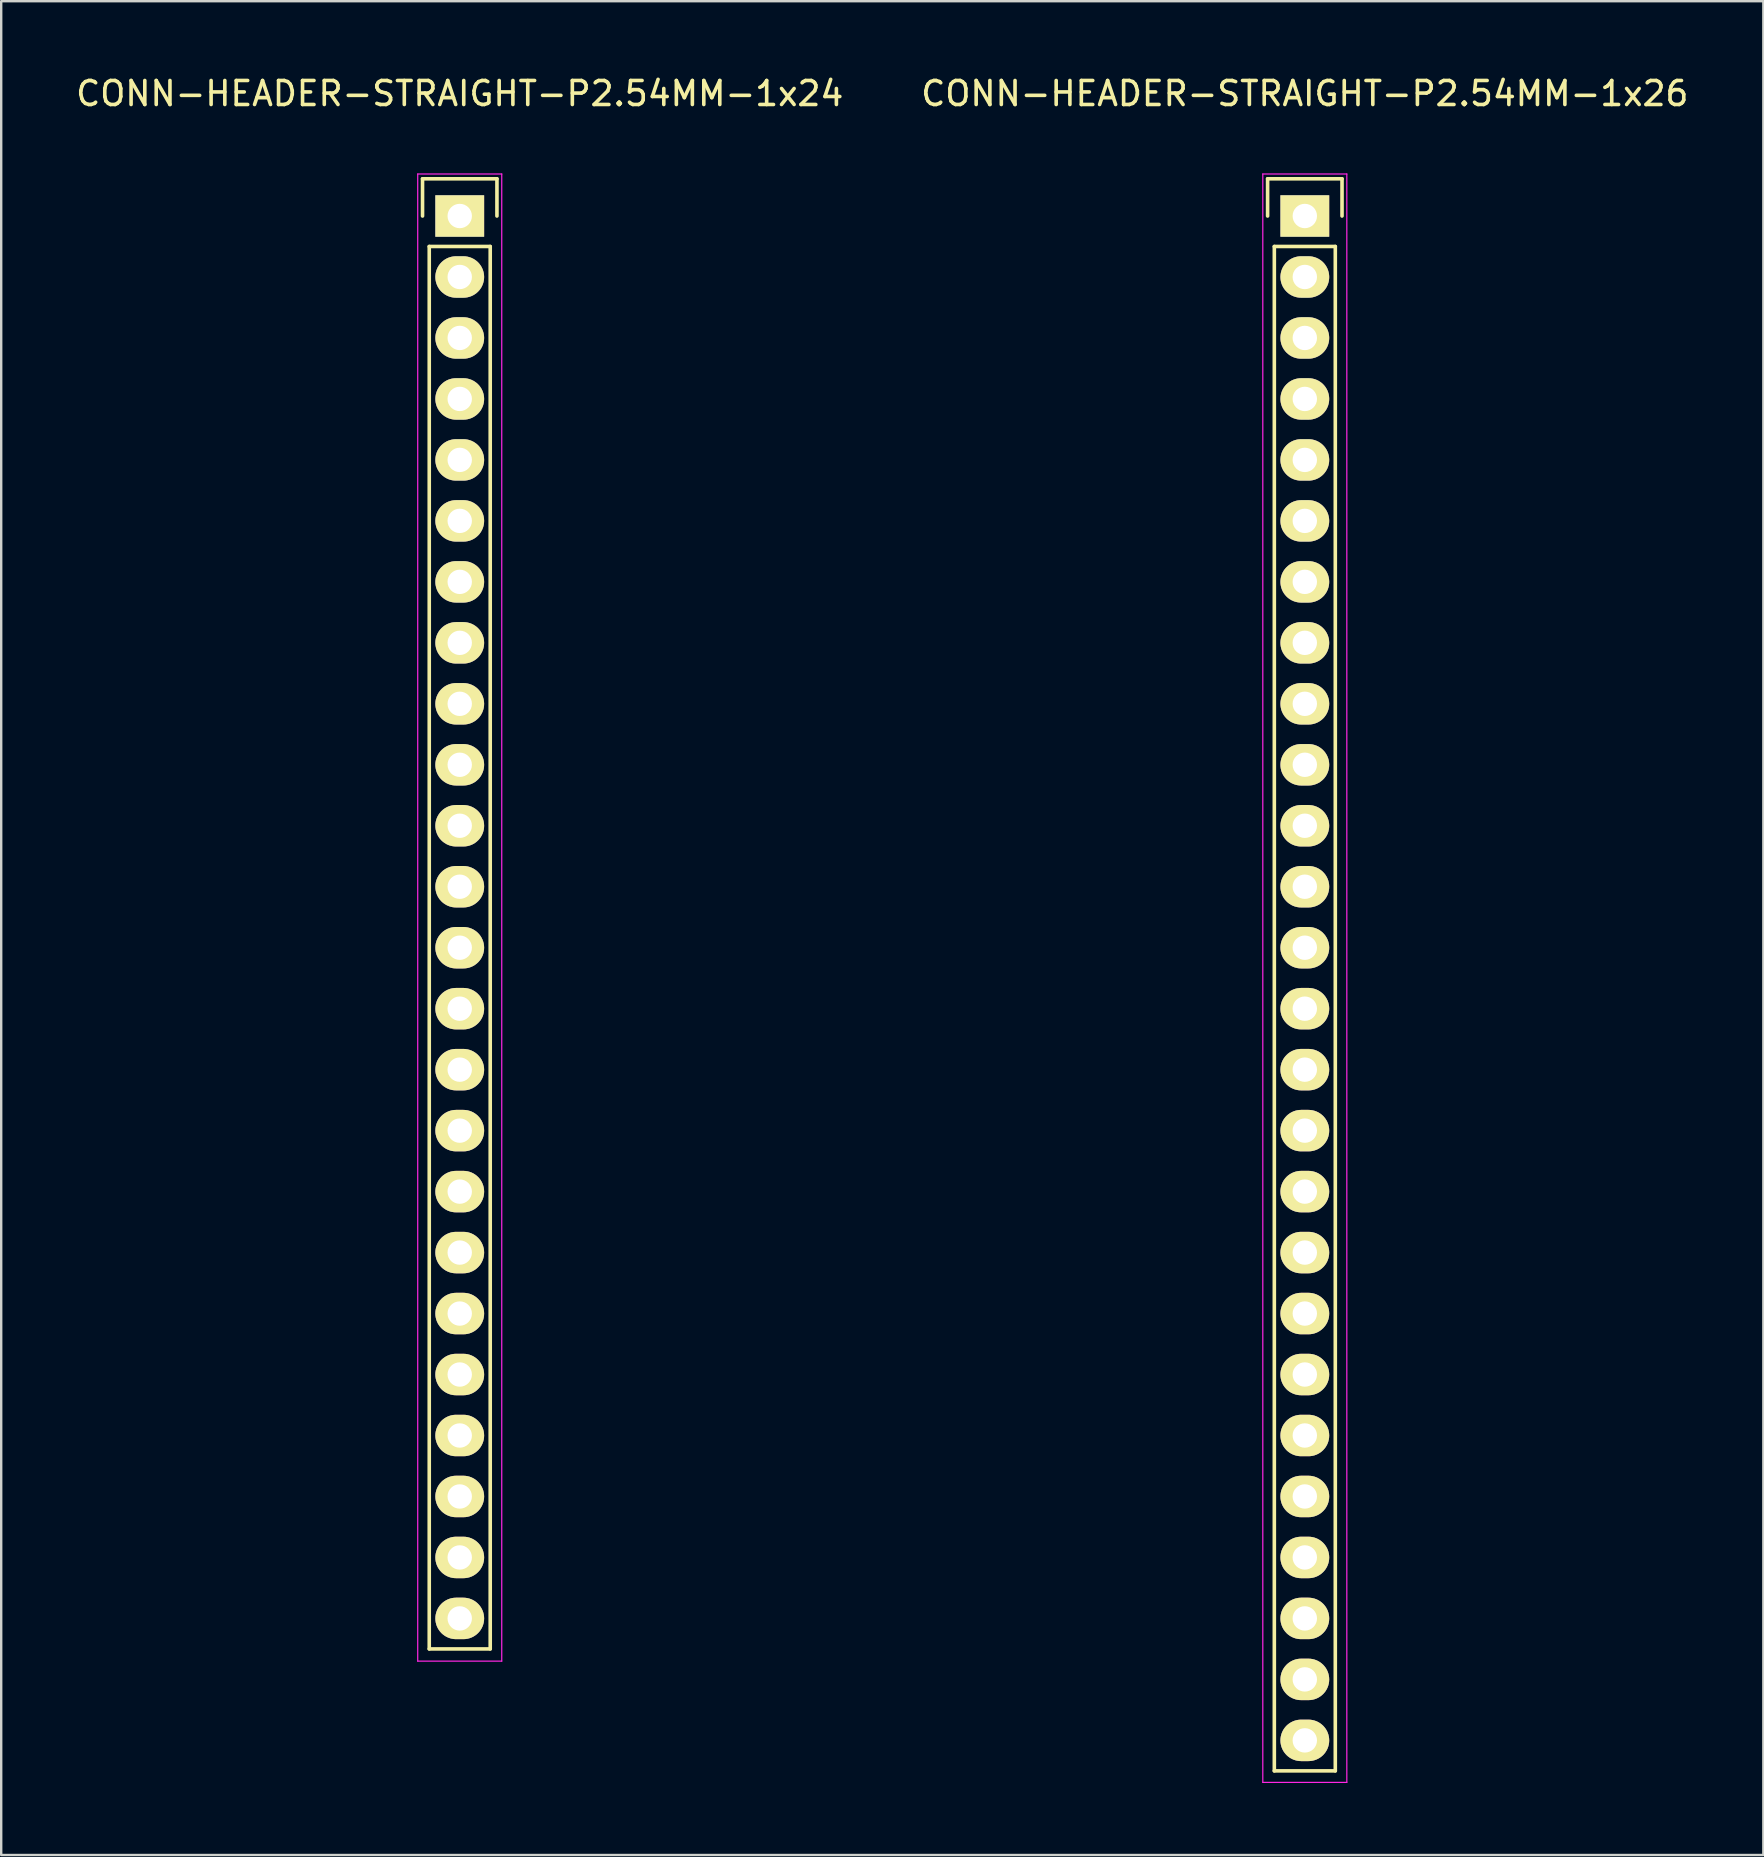
<source format=kicad_pcb>
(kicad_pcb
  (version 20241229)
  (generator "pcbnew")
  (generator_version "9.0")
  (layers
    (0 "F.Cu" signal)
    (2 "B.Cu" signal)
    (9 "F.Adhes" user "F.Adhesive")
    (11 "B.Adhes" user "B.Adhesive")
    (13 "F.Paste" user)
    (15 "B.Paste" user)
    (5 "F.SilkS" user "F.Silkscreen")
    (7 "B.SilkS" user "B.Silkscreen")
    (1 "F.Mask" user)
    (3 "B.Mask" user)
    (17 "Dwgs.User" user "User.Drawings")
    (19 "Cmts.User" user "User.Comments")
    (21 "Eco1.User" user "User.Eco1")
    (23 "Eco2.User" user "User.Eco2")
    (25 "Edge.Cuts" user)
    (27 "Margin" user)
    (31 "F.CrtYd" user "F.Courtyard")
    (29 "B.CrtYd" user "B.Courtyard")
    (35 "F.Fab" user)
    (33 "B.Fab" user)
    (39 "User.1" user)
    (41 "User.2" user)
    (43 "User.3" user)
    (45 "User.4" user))
  (footprint "CONN-HEADER-STRAIGHT-P2.54MM-1x24"
    (layer "F.Cu")
    (at 16.101 5.948)
    (property "Reference" "CONN-HEADER-STRAIGHT-P2.54MM-1x24" (at 0 -5.1 0) (layer "F.SilkS") (effects (font (size 1 1) (thickness 0.15))))
    (attr through_hole)
    (fp_line (start -1.55 -1.55) (end 1.55 -1.55) (stroke (width 0.15) (type solid)) (layer "F.SilkS"))
    (fp_line (start -1.55 0) (end -1.55 -1.55) (stroke (width 0.15) (type solid)) (layer "F.SilkS"))
    (fp_line (start -1.27 1.27) (end -1.27 59.69) (stroke (width 0.15) (type solid)) (layer "F.SilkS"))
    (fp_line (start -1.27 59.69) (end 1.27 59.69) (stroke (width 0.15) (type solid)) (layer "F.SilkS"))
    (fp_line (start 1.27 1.27) (end -1.27 1.27) (stroke (width 0.15) (type solid)) (layer "F.SilkS"))
    (fp_line (start 1.27 1.27) (end 1.27 59.69) (stroke (width 0.15) (type solid)) (layer "F.SilkS"))
    (fp_line (start 1.55 -1.55) (end 1.55 0) (stroke (width 0.15) (type solid)) (layer "F.SilkS"))
    (fp_line (start -1.75 -1.75) (end -1.75 60.2) (stroke (width 0.05) (type solid)) (layer "F.CrtYd"))
    (fp_line (start -1.75 -1.75) (end 1.75 -1.75) (stroke (width 0.05) (type solid)) (layer "F.CrtYd"))
    (fp_line (start -1.75 60.2) (end 1.75 60.2) (stroke (width 0.05) (type solid)) (layer "F.CrtYd"))
    (fp_line (start 1.75 -1.75) (end 1.75 60.2) (stroke (width 0.05) (type solid)) (layer "F.CrtYd"))
    (pad "1" thru_hole rect (at 0 0) (size 2.032 1.727) (drill 1.016) (layers "*.Cu" "*.Mask" "F.SilkS"))
    (pad "2" thru_hole oval (at 0 2.54) (size 2.032 1.727) (drill 1.016) (layers "*.Cu" "*.Mask" "F.SilkS"))
    (pad "3" thru_hole oval (at 0 5.08) (size 2.032 1.727) (drill 1.016) (layers "*.Cu" "*.Mask" "F.SilkS"))
    (pad "4" thru_hole oval (at 0 7.62) (size 2.032 1.727) (drill 1.016) (layers "*.Cu" "*.Mask" "F.SilkS"))
    (pad "5" thru_hole oval (at 0 10.16) (size 2.032 1.727) (drill 1.016) (layers "*.Cu" "*.Mask" "F.SilkS"))
    (pad "6" thru_hole oval (at 0 12.7) (size 2.032 1.727) (drill 1.016) (layers "*.Cu" "*.Mask" "F.SilkS"))
    (pad "7" thru_hole oval (at 0 15.24) (size 2.032 1.727) (drill 1.016) (layers "*.Cu" "*.Mask" "F.SilkS"))
    (pad "8" thru_hole oval (at 0 17.78) (size 2.032 1.727) (drill 1.016) (layers "*.Cu" "*.Mask" "F.SilkS"))
    (pad "9" thru_hole oval (at 0 20.32) (size 2.032 1.727) (drill 1.016) (layers "*.Cu" "*.Mask" "F.SilkS"))
    (pad "10" thru_hole oval (at 0 22.86) (size 2.032 1.727) (drill 1.016) (layers "*.Cu" "*.Mask" "F.SilkS"))
    (pad "11" thru_hole oval (at 0 25.4) (size 2.032 1.727) (drill 1.016) (layers "*.Cu" "*.Mask" "F.SilkS"))
    (pad "12" thru_hole oval (at 0 27.94) (size 2.032 1.727) (drill 1.016) (layers "*.Cu" "*.Mask" "F.SilkS"))
    (pad "13" thru_hole oval (at 0 30.48) (size 2.032 1.727) (drill 1.016) (layers "*.Cu" "*.Mask" "F.SilkS"))
    (pad "14" thru_hole oval (at 0 33.02) (size 2.032 1.727) (drill 1.016) (layers "*.Cu" "*.Mask" "F.SilkS"))
    (pad "15" thru_hole oval (at 0 35.56) (size 2.032 1.727) (drill 1.016) (layers "*.Cu" "*.Mask" "F.SilkS"))
    (pad "16" thru_hole oval (at 0 38.1) (size 2.032 1.727) (drill 1.016) (layers "*.Cu" "*.Mask" "F.SilkS"))
    (pad "17" thru_hole oval (at 0 40.64) (size 2.032 1.727) (drill 1.016) (layers "*.Cu" "*.Mask" "F.SilkS"))
    (pad "18" thru_hole oval (at 0 43.18) (size 2.032 1.727) (drill 1.016) (layers "*.Cu" "*.Mask" "F.SilkS"))
    (pad "19" thru_hole oval (at 0 45.72) (size 2.032 1.727) (drill 1.016) (layers "*.Cu" "*.Mask" "F.SilkS"))
    (pad "20" thru_hole oval (at 0 48.26) (size 2.032 1.727) (drill 1.016) (layers "*.Cu" "*.Mask" "F.SilkS"))
    (pad "21" thru_hole oval (at 0 50.8) (size 2.032 1.727) (drill 1.016) (layers "*.Cu" "*.Mask" "F.SilkS"))
    (pad "22" thru_hole oval (at 0 53.34) (size 2.032 1.727) (drill 1.016) (layers "*.Cu" "*.Mask" "F.SilkS"))
    (pad "23" thru_hole oval (at 0 55.88) (size 2.032 1.727) (drill 1.016) (layers "*.Cu" "*.Mask" "F.SilkS"))
    (pad "24" thru_hole oval (at 0 58.42) (size 2.032 1.727) (drill 1.016) (layers "*.Cu" "*.Mask" "F.SilkS")))
  (footprint "CONN-HEADER-STRAIGHT-P2.54MM-1x26"
    (layer "F.Cu")
    (at 51.304 5.948)
    (property "Reference" "CONN-HEADER-STRAIGHT-P2.54MM-1x26" (at 0 -5.1 0) (layer "F.SilkS") (effects (font (size 1 1) (thickness 0.15))))
    (attr through_hole)
    (fp_line (start -1.55 -1.55) (end 1.55 -1.55) (stroke (width 0.15) (type solid)) (layer "F.SilkS"))
    (fp_line (start -1.55 0) (end -1.55 -1.55) (stroke (width 0.15) (type solid)) (layer "F.SilkS"))
    (fp_line (start -1.27 1.27) (end -1.27 64.77) (stroke (width 0.15) (type solid)) (layer "F.SilkS"))
    (fp_line (start -1.27 64.77) (end 1.27 64.77) (stroke (width 0.15) (type solid)) (layer "F.SilkS"))
    (fp_line (start 1.27 1.27) (end -1.27 1.27) (stroke (width 0.15) (type solid)) (layer "F.SilkS"))
    (fp_line (start 1.27 64.77) (end 1.27 1.27) (stroke (width 0.15) (type solid)) (layer "F.SilkS"))
    (fp_line (start 1.55 -1.55) (end 1.55 0) (stroke (width 0.15) (type solid)) (layer "F.SilkS"))
    (fp_line (start -1.75 -1.75) (end -1.75 65.25) (stroke (width 0.05) (type solid)) (layer "F.CrtYd"))
    (fp_line (start -1.75 -1.75) (end 1.75 -1.75) (stroke (width 0.05) (type solid)) (layer "F.CrtYd"))
    (fp_line (start -1.75 65.25) (end 1.75 65.25) (stroke (width 0.05) (type solid)) (layer "F.CrtYd"))
    (fp_line (start 1.75 -1.75) (end 1.75 65.25) (stroke (width 0.05) (type solid)) (layer "F.CrtYd"))
    (pad "1" thru_hole rect (at 0 0) (size 2.032 1.727) (drill 1.016) (layers "*.Cu" "*.Mask" "F.SilkS"))
    (pad "2" thru_hole oval (at 0 2.54) (size 2.032 1.727) (drill 1.016) (layers "*.Cu" "*.Mask" "F.SilkS"))
    (pad "3" thru_hole oval (at 0 5.08) (size 2.032 1.727) (drill 1.016) (layers "*.Cu" "*.Mask" "F.SilkS"))
    (pad "4" thru_hole oval (at 0 7.62) (size 2.032 1.727) (drill 1.016) (layers "*.Cu" "*.Mask" "F.SilkS"))
    (pad "5" thru_hole oval (at 0 10.16) (size 2.032 1.727) (drill 1.016) (layers "*.Cu" "*.Mask" "F.SilkS"))
    (pad "6" thru_hole oval (at 0 12.7) (size 2.032 1.727) (drill 1.016) (layers "*.Cu" "*.Mask" "F.SilkS"))
    (pad "7" thru_hole oval (at 0 15.24) (size 2.032 1.727) (drill 1.016) (layers "*.Cu" "*.Mask" "F.SilkS"))
    (pad "8" thru_hole oval (at 0 17.78) (size 2.032 1.727) (drill 1.016) (layers "*.Cu" "*.Mask" "F.SilkS"))
    (pad "9" thru_hole oval (at 0 20.32) (size 2.032 1.727) (drill 1.016) (layers "*.Cu" "*.Mask" "F.SilkS"))
    (pad "10" thru_hole oval (at 0 22.86) (size 2.032 1.727) (drill 1.016) (layers "*.Cu" "*.Mask" "F.SilkS"))
    (pad "11" thru_hole oval (at 0 25.4) (size 2.032 1.727) (drill 1.016) (layers "*.Cu" "*.Mask" "F.SilkS"))
    (pad "12" thru_hole oval (at 0 27.94) (size 2.032 1.727) (drill 1.016) (layers "*.Cu" "*.Mask" "F.SilkS"))
    (pad "13" thru_hole oval (at 0 30.48) (size 2.032 1.727) (drill 1.016) (layers "*.Cu" "*.Mask" "F.SilkS"))
    (pad "14" thru_hole oval (at 0 33.02) (size 2.032 1.727) (drill 1.016) (layers "*.Cu" "*.Mask" "F.SilkS"))
    (pad "15" thru_hole oval (at 0 35.56) (size 2.032 1.727) (drill 1.016) (layers "*.Cu" "*.Mask" "F.SilkS"))
    (pad "16" thru_hole oval (at 0 38.1) (size 2.032 1.727) (drill 1.016) (layers "*.Cu" "*.Mask" "F.SilkS"))
    (pad "17" thru_hole oval (at 0 40.64) (size 2.032 1.727) (drill 1.016) (layers "*.Cu" "*.Mask" "F.SilkS"))
    (pad "18" thru_hole oval (at 0 43.18) (size 2.032 1.727) (drill 1.016) (layers "*.Cu" "*.Mask" "F.SilkS"))
    (pad "19" thru_hole oval (at 0 45.72) (size 2.032 1.727) (drill 1.016) (layers "*.Cu" "*.Mask" "F.SilkS"))
    (pad "20" thru_hole oval (at 0 48.26) (size 2.032 1.727) (drill 1.016) (layers "*.Cu" "*.Mask" "F.SilkS"))
    (pad "21" thru_hole oval (at 0 50.8) (size 2.032 1.727) (drill 1.016) (layers "*.Cu" "*.Mask" "F.SilkS"))
    (pad "22" thru_hole oval (at 0 53.34) (size 2.032 1.727) (drill 1.016) (layers "*.Cu" "*.Mask" "F.SilkS"))
    (pad "23" thru_hole oval (at 0 55.88) (size 2.032 1.727) (drill 1.016) (layers "*.Cu" "*.Mask" "F.SilkS"))
    (pad "24" thru_hole oval (at 0 58.42) (size 2.032 1.727) (drill 1.016) (layers "*.Cu" "*.Mask" "F.SilkS"))
    (pad "25" thru_hole oval (at 0 60.96) (size 2.032 1.727) (drill 1.016) (layers "*.Cu" "*.Mask" "F.SilkS"))
    (pad "26" thru_hole oval (at 0 63.5) (size 2.032 1.727) (drill 1.016) (layers "*.Cu" "*.Mask" "F.SilkS")))
  (gr_rect
    (start -3 -3)
    (end 70.405 74.223)
    (stroke (width 0.1) (type default))
    (fill no)
    (layer "Edge.Cuts")))
</source>
